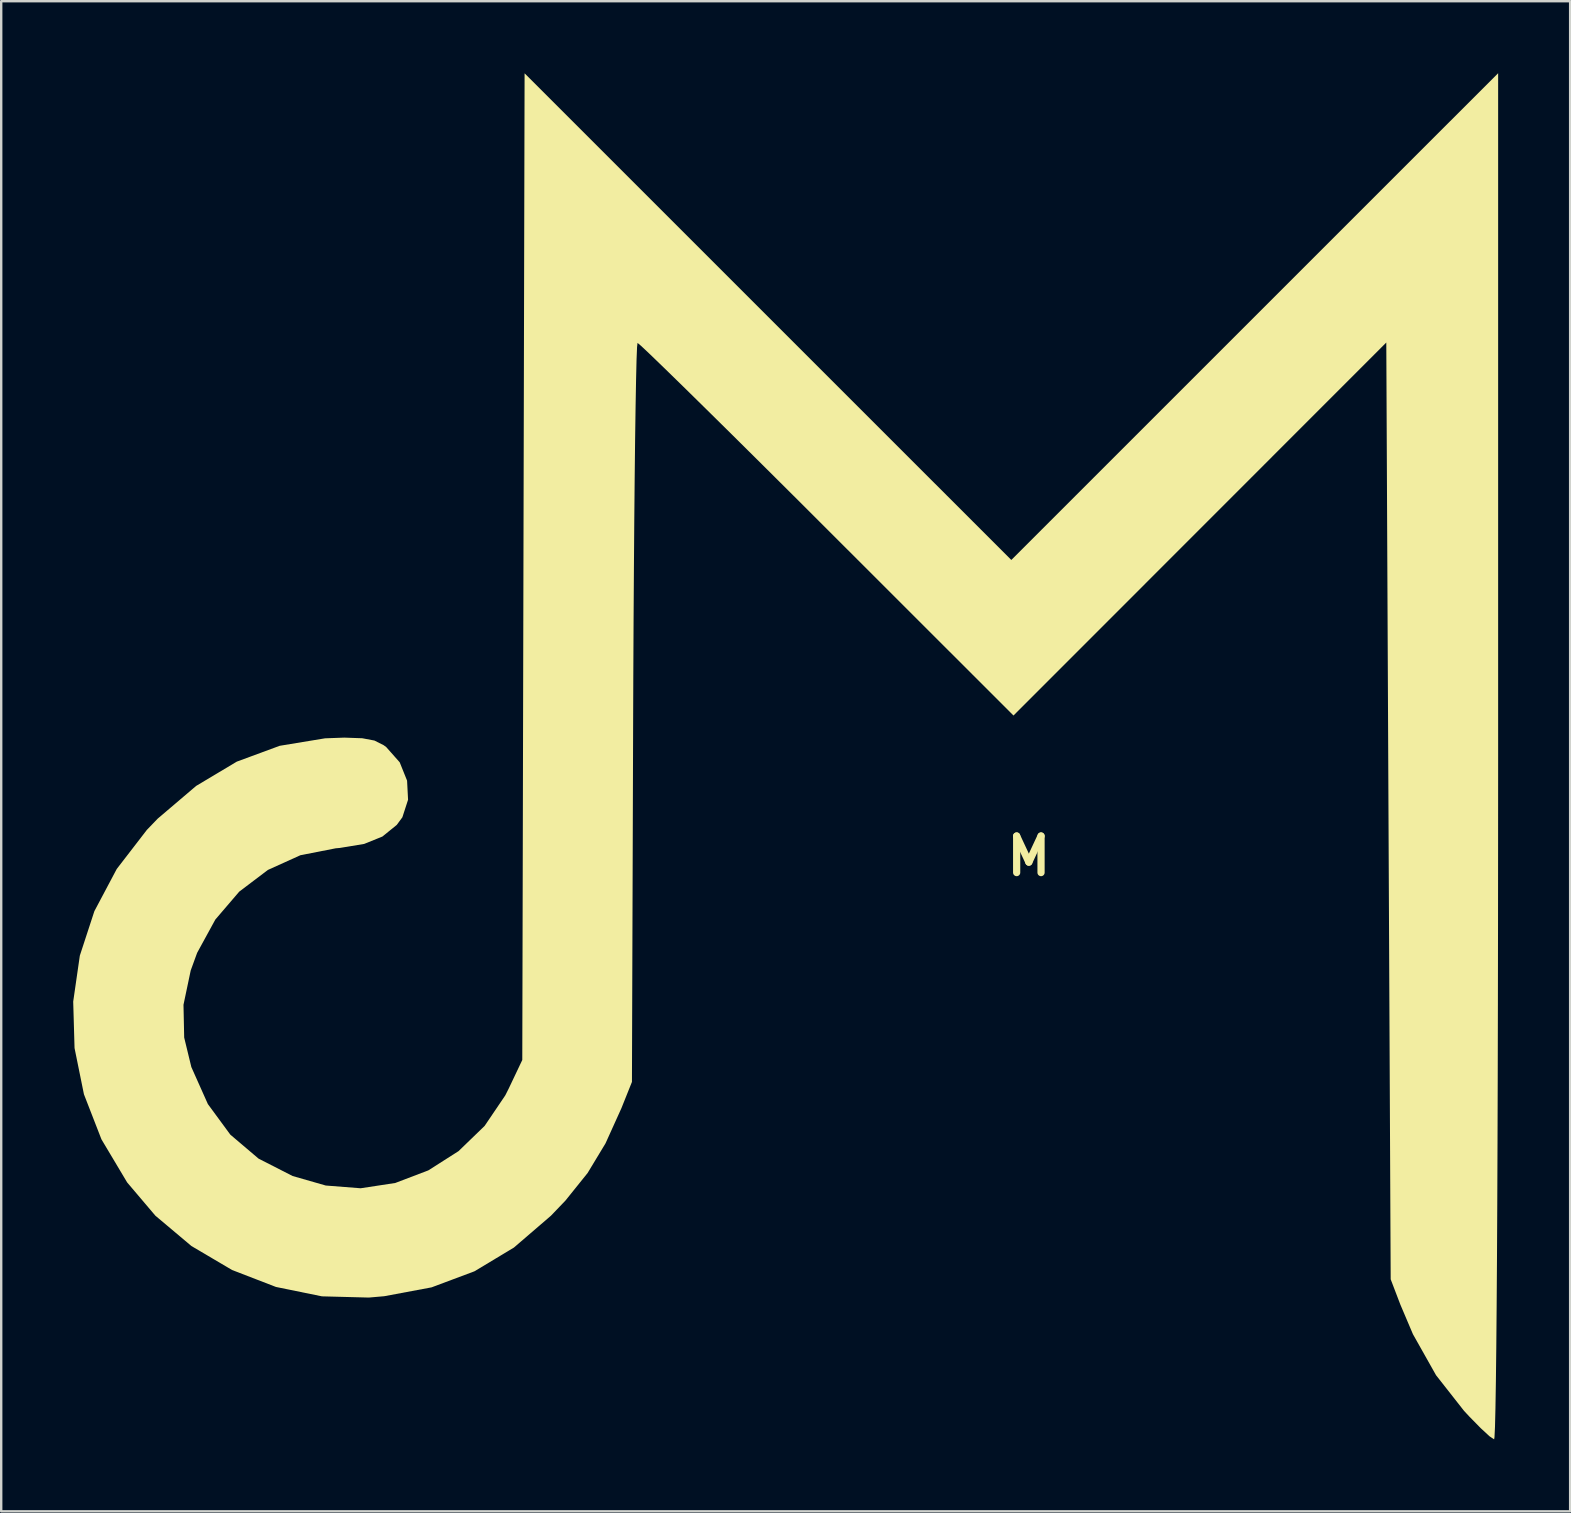
<source format=kicad_pcb>
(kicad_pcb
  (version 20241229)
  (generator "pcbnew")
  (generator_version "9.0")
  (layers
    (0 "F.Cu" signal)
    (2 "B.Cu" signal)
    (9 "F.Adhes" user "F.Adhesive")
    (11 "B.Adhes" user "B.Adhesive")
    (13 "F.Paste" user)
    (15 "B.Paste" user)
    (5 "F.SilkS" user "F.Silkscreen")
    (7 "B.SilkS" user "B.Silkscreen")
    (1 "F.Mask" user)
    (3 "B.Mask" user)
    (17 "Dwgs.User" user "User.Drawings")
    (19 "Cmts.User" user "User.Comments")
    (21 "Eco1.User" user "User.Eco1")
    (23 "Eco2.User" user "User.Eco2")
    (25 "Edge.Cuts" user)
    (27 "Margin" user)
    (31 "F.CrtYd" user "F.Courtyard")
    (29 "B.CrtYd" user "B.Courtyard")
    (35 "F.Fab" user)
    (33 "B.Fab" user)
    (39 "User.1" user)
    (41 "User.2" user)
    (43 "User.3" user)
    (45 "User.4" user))
  (footprint "M"
    (layer "F.Cu")
    (at 39.817 32.617)
    (property "Reference" "M" (at 0 0 0) (layer "F.SilkS") (effects (font (size 1.524 1.524) (thickness 0.3))))
    (attr board_only exclude_from_pos_files exclude_from_bom)
    (fp_poly (pts (xy 19.553 -4.157) (xy 19.551 -0.527) (xy 19.548 2.912) (xy 19.543 6.147) (xy 19.536 9.163) (xy 19.527 11.946) (xy 19.517 14.484) (xy 19.505 16.763) (xy 19.491 18.767) (xy 19.476 20.485) (xy 19.459 21.902) (xy 19.441 23.005) (xy 19.422 23.779) (xy 19.401 24.212) (xy 19.386 24.304) (xy 19.195 24.177) (xy 18.829 23.839) (xy 18.351 23.352) (xy 18.134 23.119) (xy 16.965 21.63) (xy 16.003 19.922) (xy 15.479 18.689) (xy 15.076 17.634) (xy 14.984 -1.881) (xy 14.893 -21.396) (xy 7.127 -13.626) (xy -0.64 -5.855) (xy -8.407 -13.617) (xy -9.8 -15.008) (xy -11.118 -16.319) (xy -12.337 -17.528) (xy -13.435 -18.612) (xy -14.388 -19.549) (xy -15.175 -20.317) (xy -15.771 -20.893) (xy -16.155 -21.255) (xy -16.304 -21.38) (xy -16.324 -21.202) (xy -16.345 -20.684) (xy -16.365 -19.855) (xy -16.385 -18.74) (xy -16.405 -17.367) (xy -16.423 -15.761) (xy -16.44 -13.95) (xy -16.455 -11.959) (xy -16.469 -9.817) (xy -16.48 -7.549) (xy -16.486 -5.985) (xy -16.537 9.411) (xy -16.976 10.507) (xy -17.638 11.971) (xy -18.384 13.206) (xy -19.306 14.353) (xy -19.912 14.986) (xy -21.455 16.313) (xy -23.099 17.302) (xy -24.886 17.971) (xy -26.858 18.34) (xy -27.501 18.396) (xy -29.453 18.345) (xy -31.369 17.954) (xy -33.199 17.247) (xy -34.891 16.249) (xy -36.393 14.985) (xy -37.569 13.599) (xy -38.64 11.804) (xy -39.37 9.926) (xy -39.761 8.001) (xy -39.817 6.064) (xy -39.541 4.15) (xy -38.935 2.297) (xy -38.003 0.539) (xy -36.748 -1.089) (xy -36.296 -1.559) (xy -34.694 -2.922) (xy -33.002 -3.933) (xy -31.214 -4.593) (xy -29.322 -4.905) (xy -28.522 -4.934) (xy -27.773 -4.908) (xy -27.266 -4.812) (xy -26.881 -4.618) (xy -26.773 -4.538) (xy -26.213 -3.905) (xy -25.906 -3.142) (xy -25.865 -2.346) (xy -26.102 -1.615) (xy -26.336 -1.297) (xy -26.933 -0.813) (xy -27.696 -0.504) (xy -28.712 -0.337) (xy -28.876 -0.323) (xy -30.351 -0.034) (xy -31.705 0.579) (xy -32.899 1.483) (xy -33.895 2.646) (xy -34.654 4.034) (xy -34.921 4.768) (xy -35.222 6.197) (xy -35.193 7.563) (xy -34.895 8.791) (xy -34.206 10.334) (xy -33.271 11.607) (xy -32.093 12.608) (xy -30.674 13.332) (xy -29.294 13.728) (xy -27.841 13.842) (xy -26.399 13.622) (xy -25.021 13.097) (xy -23.762 12.295) (xy -22.675 11.244) (xy -21.815 9.973) (xy -21.67 9.685) (xy -21.106 8.497) (xy -21.01 -32.612) (xy -10.87 -22.474) (xy -0.731 -12.336) (xy 9.411 -22.476) (xy 19.553 -32.617)) (stroke (width 0) (type solid)) (fill yes) (layer "F.SilkS")))
  (gr_rect
    (start -3 -3)
    (end 62.37 59.92)
    (stroke (width 0.1) (type default))
    (fill no)
    (layer "Edge.Cuts")))
</source>
